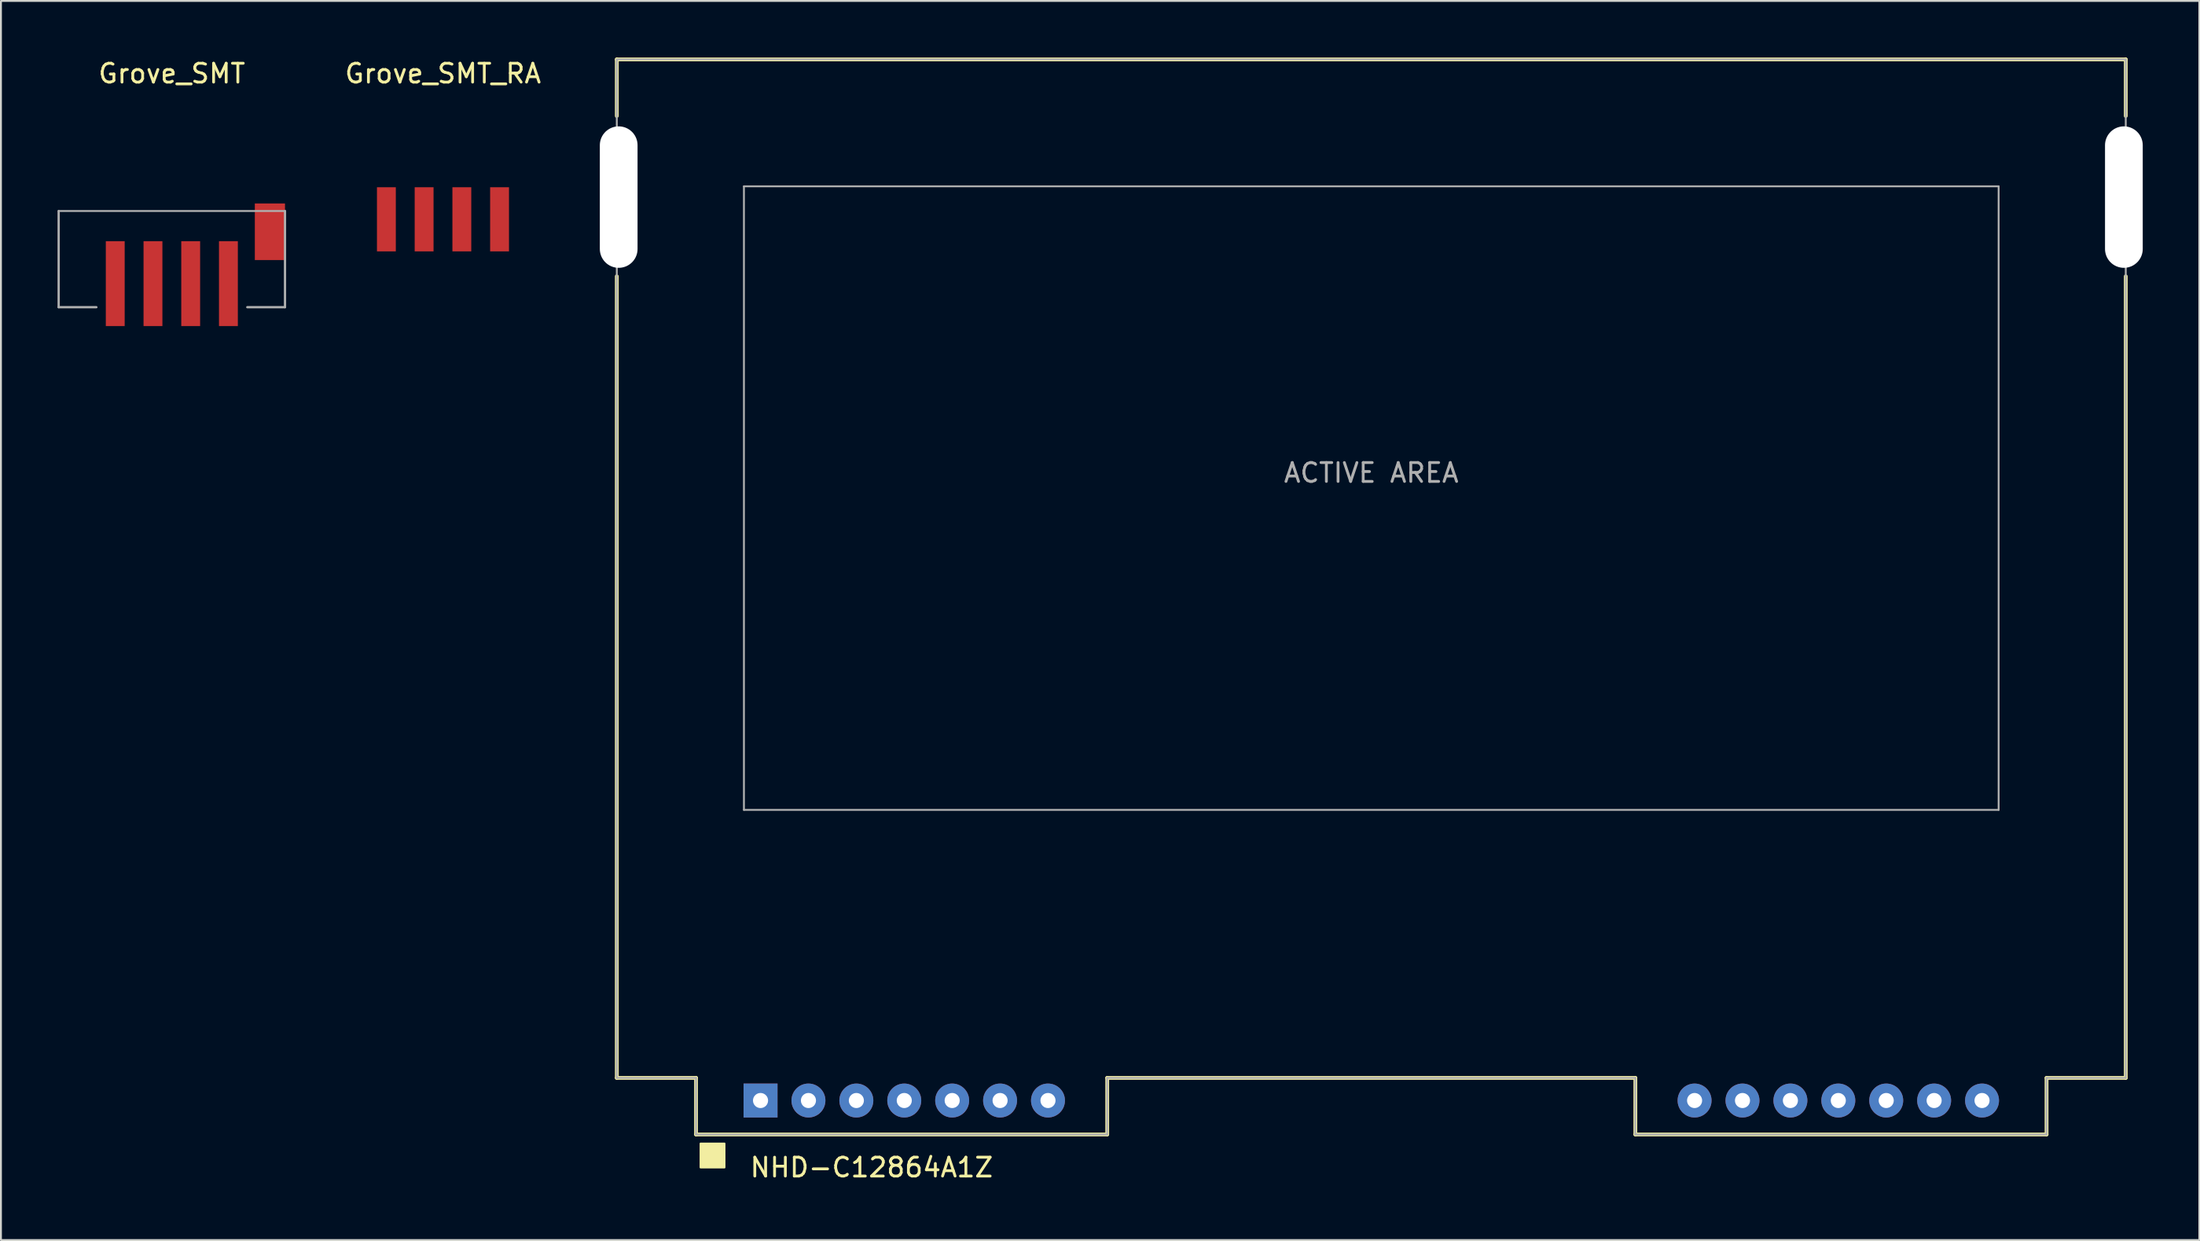
<source format=kicad_pcb>
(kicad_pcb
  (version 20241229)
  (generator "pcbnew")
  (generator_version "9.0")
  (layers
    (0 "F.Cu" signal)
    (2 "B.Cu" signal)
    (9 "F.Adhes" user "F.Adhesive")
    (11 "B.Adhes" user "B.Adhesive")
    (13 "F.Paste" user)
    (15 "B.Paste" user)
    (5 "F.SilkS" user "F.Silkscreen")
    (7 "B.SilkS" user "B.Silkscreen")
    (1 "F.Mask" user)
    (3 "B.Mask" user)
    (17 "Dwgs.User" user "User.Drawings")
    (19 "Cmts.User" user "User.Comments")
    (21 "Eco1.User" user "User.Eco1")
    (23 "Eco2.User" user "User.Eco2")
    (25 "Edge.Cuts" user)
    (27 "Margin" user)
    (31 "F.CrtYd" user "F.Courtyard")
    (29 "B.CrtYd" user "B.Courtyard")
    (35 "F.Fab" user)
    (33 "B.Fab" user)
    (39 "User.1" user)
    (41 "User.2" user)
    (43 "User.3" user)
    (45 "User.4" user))
  (footprint "Grove_SMT_RA"
    (layer "F.Cu")
    (at 20.435 12.278)
    (property "Reference" "Grove_SMT_RA" (at 0 -11.43 0) (layer "F.SilkS") (effects (font (size 1 1) (thickness 0.15))))
    (attr through_hole)
    (pad "1" smd rect (at 3 -3.7) (size 1 3.4) (layers "F.Cu" "F.Mask" "F.Paste"))
    (pad "2" smd rect (at 1 -3.7) (size 1 3.4) (layers "F.Cu" "F.Mask" "F.Paste"))
    (pad "3" smd rect (at -1 -3.7) (size 1 3.4) (layers "F.Cu" "F.Mask" "F.Paste"))
    (pad "4" smd rect (at -3 -3.7) (size 1 3.4) (layers "F.Cu" "F.Mask" "F.Paste")))
  (footprint "Grove_SMT"
    (layer "F.Cu")
    (at 6.06 9.738)
    (property "Reference" "Grove_SMT" (at 0 -8.89 0) (layer "F.SilkS") (effects (font (size 1 1) (thickness 0.15))))
    (attr through_hole)
    (fp_line (start -6 -1.6) (end -6 3.5) (stroke (width 0.12) (type solid)) (layer "F.Fab"))
    (fp_line (start -6 -1.6) (end 6 -1.6) (stroke (width 0.1) (type solid)) (layer "F.Fab"))
    (fp_line (start -6 3.5) (end -4 3.5) (stroke (width 0.12) (type solid)) (layer "F.Fab"))
    (fp_line (start 4 3.5) (end 6 3.5) (stroke (width 0.12) (type solid)) (layer "F.Fab"))
    (fp_line (start 6 -1.6) (end 6 3.5) (stroke (width 0.12) (type solid)) (layer "F.Fab"))
    (pad "1" smd rect (at -3 2.25) (size 1 4.5) (layers "F.Cu" "F.Mask" "F.Paste"))
    (pad "2" smd rect (at -1 2.25) (size 1 4.5) (layers "F.Cu" "F.Mask" "F.Paste"))
    (pad "3" smd rect (at 1 2.25) (size 1 4.5) (layers "F.Cu" "F.Mask" "F.Paste"))
    (pad "4" smd rect (at 3 2.25) (size 1 4.5) (layers "F.Cu" "F.Mask" "F.Paste"))
    (pad "5" smd rect (at 5.2 -0.5) (size 1.6 3) (layers "F.Cu" "F.Mask" "F.Paste")))
  (footprint "NHD-C12864A1Z"
    (layer "F.Cu")
    (at 69.651 27.1)
    (property "Reference" "NHD-C12864A1Z" (at -33.02 31.75 0) (layer "F.SilkS") (effects (font (size 1 1) (thickness 0.15)) (justify left)))
    (attr through_hole)
    (fp_line (start -40 -27) (end -40 -24) (stroke (width 0.2) (type solid)) (layer "F.SilkS"))
    (fp_line (start -40 -27) (end 40 -27) (stroke (width 0.2) (type solid)) (layer "F.SilkS"))
    (fp_line (start -40 -15.5) (end -40 27) (stroke (width 0.2) (type solid)) (layer "F.SilkS"))
    (fp_line (start -40 27) (end -35.8 27) (stroke (width 0.2) (type solid)) (layer "F.SilkS"))
    (fp_line (start -35.8 27) (end -35.8 30) (stroke (width 0.2) (type solid)) (layer "F.SilkS"))
    (fp_line (start -35.8 30) (end -14 30) (stroke (width 0.2) (type solid)) (layer "F.SilkS"))
    (fp_line (start -14 27) (end -14 30) (stroke (width 0.2) (type solid)) (layer "F.SilkS"))
    (fp_line (start -14 27) (end 14 27) (stroke (width 0.2) (type solid)) (layer "F.SilkS"))
    (fp_line (start 14 30) (end 14 27) (stroke (width 0.2) (type solid)) (layer "F.SilkS"))
    (fp_line (start 14 30) (end 35.8 30) (stroke (width 0.2) (type solid)) (layer "F.SilkS"))
    (fp_line (start 35.8 27) (end 35.8 30) (stroke (width 0.2) (type solid)) (layer "F.SilkS"))
    (fp_line (start 40 -27) (end 40 -24) (stroke (width 0.2) (type solid)) (layer "F.SilkS"))
    (fp_line (start 40 -15.5) (end 40 27) (stroke (width 0.2) (type solid)) (layer "F.SilkS"))
    (fp_line (start 40 27) (end 35.8 27) (stroke (width 0.2) (type solid)) (layer "F.SilkS"))
    (fp_poly (pts (xy -34.29 31.75) (xy -35.56 31.75) (xy -35.56 30.48) (xy -34.29 30.48)) (stroke (width 0.1) (type solid)) (fill yes) (layer "F.SilkS"))
    (fp_line (start -40 -27) (end -40 27) (stroke (width 0.1) (type solid)) (layer "F.Fab"))
    (fp_line (start -40 -27) (end 40 -27) (stroke (width 0.1) (type solid)) (layer "F.Fab"))
    (fp_line (start -40 27) (end -35.8 27) (stroke (width 0.1) (type solid)) (layer "F.Fab"))
    (fp_line (start -35.8 27) (end -35.8 30) (stroke (width 0.1) (type solid)) (layer "F.Fab"))
    (fp_line (start -35.8 30) (end -14 30) (stroke (width 0.1) (type solid)) (layer "F.Fab"))
    (fp_line (start -33.26 -20.27) (end 33.26 -20.27) (stroke (width 0.1) (type solid)) (layer "F.Fab"))
    (fp_line (start -33.26 12.79) (end -33.26 -20.27) (stroke (width 0.1) (type solid)) (layer "F.Fab"))
    (fp_line (start -33.26 12.79) (end 33.26 12.79) (stroke (width 0.1) (type solid)) (layer "F.Fab"))
    (fp_line (start -14 27) (end -14 30) (stroke (width 0.1) (type solid)) (layer "F.Fab"))
    (fp_line (start -14 27) (end 14 27) (stroke (width 0.1) (type solid)) (layer "F.Fab"))
    (fp_line (start 14 30) (end 14 27) (stroke (width 0.1) (type solid)) (layer "F.Fab"))
    (fp_line (start 14 30) (end 35.8 30) (stroke (width 0.1) (type solid)) (layer "F.Fab"))
    (fp_line (start 33.26 -20.27) (end 33.26 12.79) (stroke (width 0.1) (type solid)) (layer "F.Fab"))
    (fp_line (start 35.8 27) (end 35.8 30) (stroke (width 0.1) (type solid)) (layer "F.Fab"))
    (fp_line (start 40 -27) (end 40 27) (stroke (width 0.1) (type solid)) (layer "F.Fab"))
    (fp_line (start 40 27) (end 35.8 27) (stroke (width 0.1) (type solid)) (layer "F.Fab"))
    (fp_text user "ACTIVE AREA" (at 0 -5.08 0) (layer "F.Fab") (effects (font (size 1 1) (thickness 0.15))))
    (pad "" np_thru_hole oval (at -39.9 -19.7) (size 2 7.5) (drill oval 2 7.5) (layers "*.Cu" "*.Mask"))
    (pad "" np_thru_hole oval (at 39.9 -19.7) (size 2 7.5) (drill oval 2 7.5) (layers "*.Cu" "*.Mask"))
    (pad "1" thru_hole rect (at -32.38 28.2) (size 1.8 1.8) (drill 0.8) (layers "*.Cu" "*.Mask"))
    (pad "2" thru_hole circle (at -29.84 28.2) (size 1.8 1.8) (drill 0.8) (layers "*.Cu" "*.Mask"))
    (pad "3" thru_hole circle (at -27.3 28.2) (size 1.8 1.8) (drill 0.8) (layers "*.Cu" "*.Mask"))
    (pad "4" thru_hole circle (at -24.76 28.2) (size 1.8 1.8) (drill 0.8) (layers "*.Cu" "*.Mask"))
    (pad "5" thru_hole circle (at -22.22 28.2) (size 1.8 1.8) (drill 0.8) (layers "*.Cu" "*.Mask"))
    (pad "6" thru_hole circle (at -19.68 28.2) (size 1.8 1.8) (drill 0.8) (layers "*.Cu" "*.Mask"))
    (pad "7" thru_hole circle (at -17.14 28.2) (size 1.8 1.8) (drill 0.8) (layers "*.Cu" "*.Mask"))
    (pad "8" thru_hole circle (at 17.14 28.2) (size 1.8 1.8) (drill 0.8) (layers "*.Cu" "*.Mask"))
    (pad "9" thru_hole circle (at 19.68 28.2) (size 1.8 1.8) (drill 0.8) (layers "*.Cu" "*.Mask"))
    (pad "10" thru_hole circle (at 22.22 28.2) (size 1.8 1.8) (drill 0.8) (layers "*.Cu" "*.Mask"))
    (pad "11" thru_hole circle (at 24.76 28.2) (size 1.8 1.8) (drill 0.8) (layers "*.Cu" "*.Mask"))
    (pad "12" thru_hole circle (at 27.3 28.2) (size 1.8 1.8) (drill 0.8) (layers "*.Cu" "*.Mask"))
    (pad "13" thru_hole circle (at 29.84 28.2) (size 1.8 1.8) (drill 0.8) (layers "*.Cu" "*.Mask"))
    (pad "14" thru_hole circle (at 32.38 28.2) (size 1.8 1.8) (drill 0.8) (layers "*.Cu" "*.Mask")))
  (gr_rect
    (start -3 -3)
    (end 113.551 62.698)
    (stroke (width 0.1) (type default))
    (fill no)
    (layer "Edge.Cuts")))
</source>
